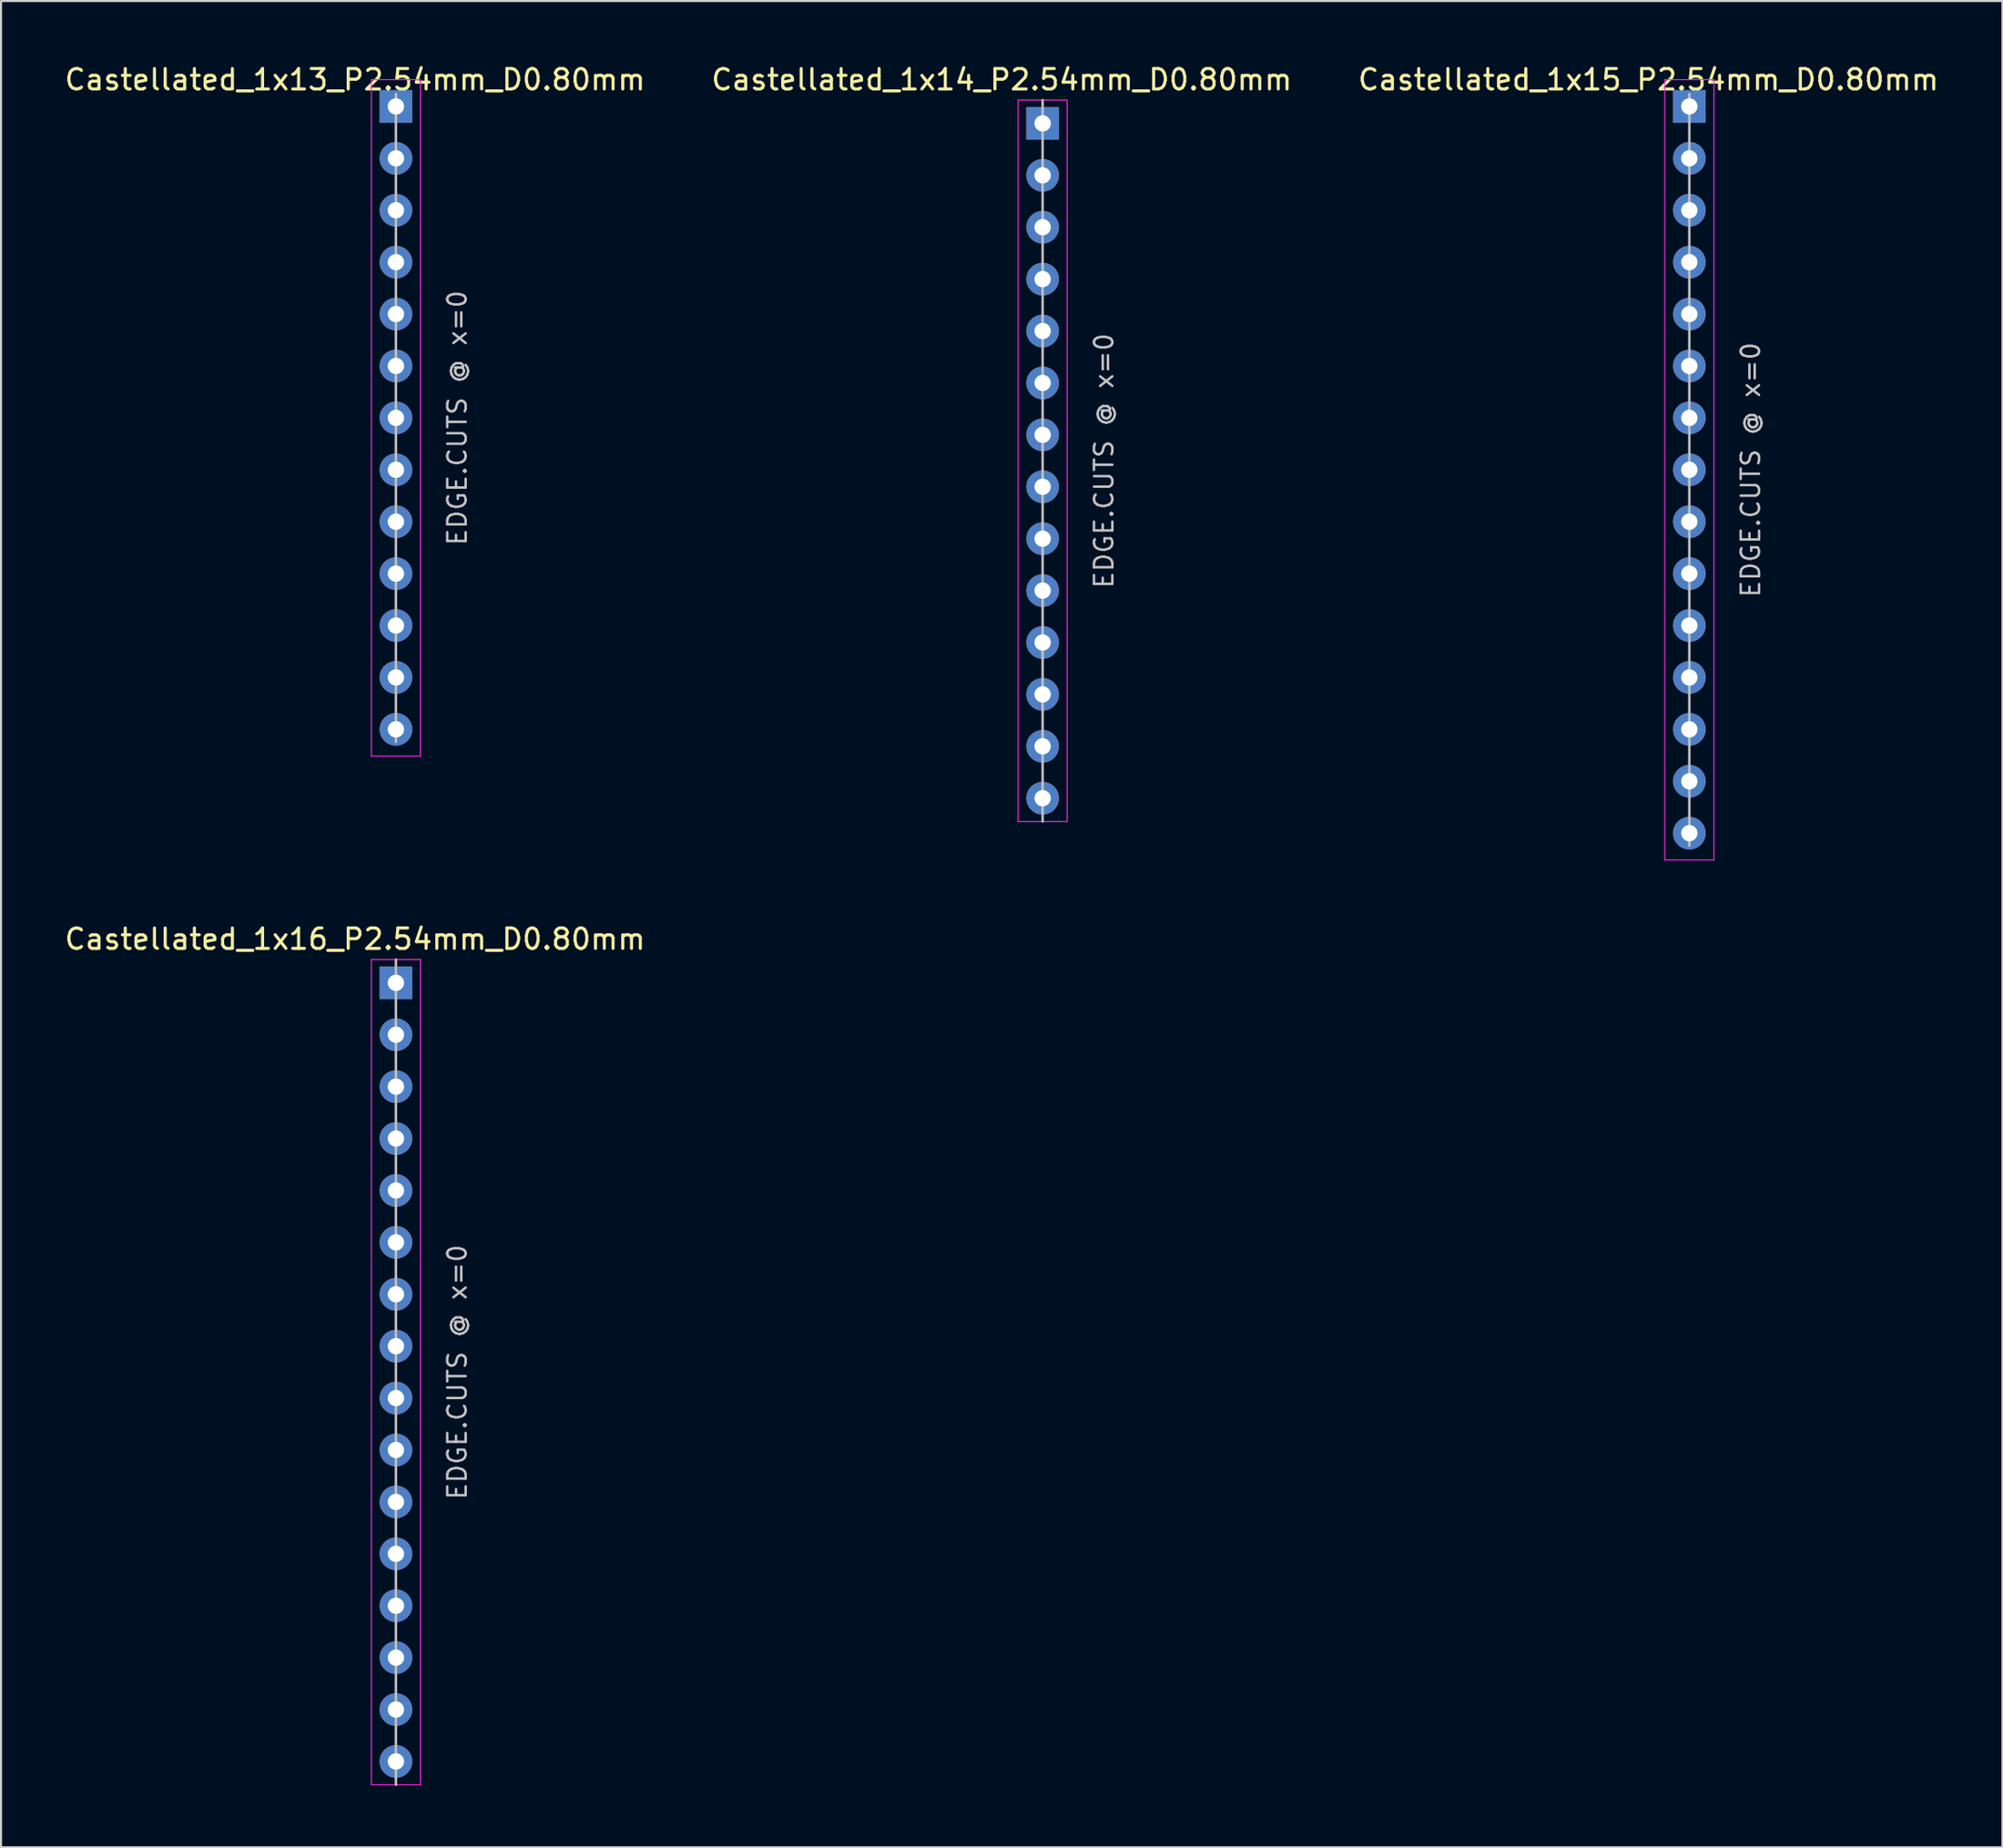
<source format=kicad_pcb>
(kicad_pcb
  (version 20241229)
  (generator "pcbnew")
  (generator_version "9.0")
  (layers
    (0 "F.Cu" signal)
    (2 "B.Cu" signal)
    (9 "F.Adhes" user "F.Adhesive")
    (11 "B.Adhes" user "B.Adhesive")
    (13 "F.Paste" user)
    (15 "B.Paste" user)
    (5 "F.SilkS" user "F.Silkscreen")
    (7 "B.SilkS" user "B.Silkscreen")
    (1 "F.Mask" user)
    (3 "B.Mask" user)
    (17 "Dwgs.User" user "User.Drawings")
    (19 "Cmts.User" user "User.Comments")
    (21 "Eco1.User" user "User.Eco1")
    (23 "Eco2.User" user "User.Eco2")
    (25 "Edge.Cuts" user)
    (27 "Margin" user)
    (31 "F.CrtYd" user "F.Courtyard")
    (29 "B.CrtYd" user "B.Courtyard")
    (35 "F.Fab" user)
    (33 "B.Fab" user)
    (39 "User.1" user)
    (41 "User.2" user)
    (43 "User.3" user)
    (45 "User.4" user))
  (footprint "Castellated_1x13_P2.54mm_D0.80mm"
    (layer "F.Cu")
    (at 16.315 17.398)
    (property "Reference" "Castellated_1x13_P2.54mm_D0.80mm" (at -2 -16.55 0) (layer "F.SilkS") (effects (font (size 1 1) (thickness 0.15))))
    (fp_line (start 0 -15.85) (end 0 15.85) (stroke (width 0.12) (type solid)) (layer "Dwgs.User"))
    (fp_line (start -1.2 -16.55) (end 1.2 -16.55) (stroke (width 0.05) (type solid)) (layer "F.CrtYd"))
    (fp_line (start -1.2 16.55) (end -1.2 -16.55) (stroke (width 0.05) (type solid)) (layer "F.CrtYd"))
    (fp_line (start 1.2 -16.55) (end 1.2 16.55) (stroke (width 0.05) (type solid)) (layer "F.CrtYd"))
    (fp_line (start 1.2 16.55) (end -1.2 16.55) (stroke (width 0.05) (type solid)) (layer "F.CrtYd"))
    (fp_text user "EDGE.CUTS @ x=0" (at 3 0 90) (layer "Dwgs.User") (effects (font (size 0.9 0.9) (thickness 0.12))))
    (pad "1" thru_hole rect (at 0 -15.24) (size 1.6 1.6) (drill 0.8) (layers "*.Cu" "*.Mask"))
    (pad "2" thru_hole circle (at 0 -12.7) (size 1.6 1.6) (drill 0.8) (layers "*.Cu" "*.Mask"))
    (pad "3" thru_hole circle (at 0 -10.16) (size 1.6 1.6) (drill 0.8) (layers "*.Cu" "*.Mask"))
    (pad "4" thru_hole circle (at 0 -7.62) (size 1.6 1.6) (drill 0.8) (layers "*.Cu" "*.Mask"))
    (pad "5" thru_hole circle (at 0 -5.08) (size 1.6 1.6) (drill 0.8) (layers "*.Cu" "*.Mask"))
    (pad "6" thru_hole circle (at 0 -2.54) (size 1.6 1.6) (drill 0.8) (layers "*.Cu" "*.Mask"))
    (pad "7" thru_hole circle (at 0 0) (size 1.6 1.6) (drill 0.8) (layers "*.Cu" "*.Mask"))
    (pad "8" thru_hole circle (at 0 2.54) (size 1.6 1.6) (drill 0.8) (layers "*.Cu" "*.Mask"))
    (pad "9" thru_hole circle (at 0 5.08) (size 1.6 1.6) (drill 0.8) (layers "*.Cu" "*.Mask"))
    (pad "10" thru_hole circle (at 0 7.62) (size 1.6 1.6) (drill 0.8) (layers "*.Cu" "*.Mask"))
    (pad "11" thru_hole circle (at 0 10.16) (size 1.6 1.6) (drill 0.8) (layers "*.Cu" "*.Mask"))
    (pad "12" thru_hole circle (at 0 12.7) (size 1.6 1.6) (drill 0.8) (layers "*.Cu" "*.Mask"))
    (pad "13" thru_hole circle (at 0 15.24) (size 1.6 1.6) (drill 0.8) (layers "*.Cu" "*.Mask")))
  (footprint "Castellated_1x15_P2.54mm_D0.80mm"
    (layer "F.Cu")
    (at 79.577 19.938)
    (property "Reference" "Castellated_1x15_P2.54mm_D0.80mm" (at -2 -19.09 0) (layer "F.SilkS") (effects (font (size 1 1) (thickness 0.15))))
    (fp_line (start 0 -18.39) (end 0 18.39) (stroke (width 0.12) (type solid)) (layer "Dwgs.User"))
    (fp_line (start -1.2 -19.09) (end 1.2 -19.09) (stroke (width 0.05) (type solid)) (layer "F.CrtYd"))
    (fp_line (start -1.2 19.09) (end -1.2 -19.09) (stroke (width 0.05) (type solid)) (layer "F.CrtYd"))
    (fp_line (start 1.2 -19.09) (end 1.2 19.09) (stroke (width 0.05) (type solid)) (layer "F.CrtYd"))
    (fp_line (start 1.2 19.09) (end -1.2 19.09) (stroke (width 0.05) (type solid)) (layer "F.CrtYd"))
    (fp_text user "EDGE.CUTS @ x=0" (at 3 0 90) (layer "Dwgs.User") (effects (font (size 0.9 0.9) (thickness 0.12))))
    (pad "1" thru_hole rect (at 0 -17.78) (size 1.6 1.6) (drill 0.8) (layers "*.Cu" "*.Mask"))
    (pad "2" thru_hole circle (at 0 -15.24) (size 1.6 1.6) (drill 0.8) (layers "*.Cu" "*.Mask"))
    (pad "3" thru_hole circle (at 0 -12.7) (size 1.6 1.6) (drill 0.8) (layers "*.Cu" "*.Mask"))
    (pad "4" thru_hole circle (at 0 -10.16) (size 1.6 1.6) (drill 0.8) (layers "*.Cu" "*.Mask"))
    (pad "5" thru_hole circle (at 0 -7.62) (size 1.6 1.6) (drill 0.8) (layers "*.Cu" "*.Mask"))
    (pad "6" thru_hole circle (at 0 -5.08) (size 1.6 1.6) (drill 0.8) (layers "*.Cu" "*.Mask"))
    (pad "7" thru_hole circle (at 0 -2.54) (size 1.6 1.6) (drill 0.8) (layers "*.Cu" "*.Mask"))
    (pad "8" thru_hole circle (at 0 0) (size 1.6 1.6) (drill 0.8) (layers "*.Cu" "*.Mask"))
    (pad "9" thru_hole circle (at 0 2.54) (size 1.6 1.6) (drill 0.8) (layers "*.Cu" "*.Mask"))
    (pad "10" thru_hole circle (at 0 5.08) (size 1.6 1.6) (drill 0.8) (layers "*.Cu" "*.Mask"))
    (pad "11" thru_hole circle (at 0 7.62) (size 1.6 1.6) (drill 0.8) (layers "*.Cu" "*.Mask"))
    (pad "12" thru_hole circle (at 0 10.16) (size 1.6 1.6) (drill 0.8) (layers "*.Cu" "*.Mask"))
    (pad "13" thru_hole circle (at 0 12.7) (size 1.6 1.6) (drill 0.8) (layers "*.Cu" "*.Mask"))
    (pad "14" thru_hole circle (at 0 15.24) (size 1.6 1.6) (drill 0.8) (layers "*.Cu" "*.Mask"))
    (pad "15" thru_hole circle (at 0 17.78) (size 1.6 1.6) (drill 0.8) (layers "*.Cu" "*.Mask")))
  (footprint "Castellated_1x14_P2.54mm_D0.80mm"
    (layer "F.Cu")
    (at 47.946 19.498)
    (property "Reference" "Castellated_1x14_P2.54mm_D0.80mm" (at -2 -18.65 0) (layer "F.SilkS") (effects (font (size 1 1) (thickness 0.15))))
    (attr through_hole)
    (fp_line (start 0 -17.65) (end 0 17.65) (stroke (width 0.12) (type solid)) (layer "Dwgs.User"))
    (fp_line (start -1.2 -17.65) (end 1.2 -17.65) (stroke (width 0.05) (type solid)) (layer "F.CrtYd"))
    (fp_line (start -1.2 17.65) (end -1.2 -17.65) (stroke (width 0.05) (type solid)) (layer "F.CrtYd"))
    (fp_line (start 1.2 -17.65) (end 1.2 17.65) (stroke (width 0.05) (type solid)) (layer "F.CrtYd"))
    (fp_line (start 1.2 17.65) (end -1.2 17.65) (stroke (width 0.05) (type solid)) (layer "F.CrtYd"))
    (fp_text user "EDGE.CUTS @ x=0" (at 3 0 90) (layer "Dwgs.User") (effects (font (size 0.9 0.9) (thickness 0.12))))
    (pad "1" thru_hole rect (at 0 -16.51) (size 1.6 1.6) (drill 0.8) (layers "*.Cu" "*.Mask"))
    (pad "2" thru_hole circle (at 0 -13.97) (size 1.6 1.6) (drill 0.8) (layers "*.Cu" "*.Mask"))
    (pad "3" thru_hole circle (at 0 -11.43) (size 1.6 1.6) (drill 0.8) (layers "*.Cu" "*.Mask"))
    (pad "4" thru_hole circle (at 0 -8.89) (size 1.6 1.6) (drill 0.8) (layers "*.Cu" "*.Mask"))
    (pad "5" thru_hole circle (at 0 -6.35) (size 1.6 1.6) (drill 0.8) (layers "*.Cu" "*.Mask"))
    (pad "6" thru_hole circle (at 0 -3.81) (size 1.6 1.6) (drill 0.8) (layers "*.Cu" "*.Mask"))
    (pad "7" thru_hole circle (at 0 -1.27) (size 1.6 1.6) (drill 0.8) (layers "*.Cu" "*.Mask"))
    (pad "8" thru_hole circle (at 0 1.27) (size 1.6 1.6) (drill 0.8) (layers "*.Cu" "*.Mask"))
    (pad "9" thru_hole circle (at 0 3.81) (size 1.6 1.6) (drill 0.8) (layers "*.Cu" "*.Mask"))
    (pad "10" thru_hole circle (at 0 6.35) (size 1.6 1.6) (drill 0.8) (layers "*.Cu" "*.Mask"))
    (pad "11" thru_hole circle (at 0 8.89) (size 1.6 1.6) (drill 0.8) (layers "*.Cu" "*.Mask"))
    (pad "12" thru_hole circle (at 0 11.43) (size 1.6 1.6) (drill 0.8) (layers "*.Cu" "*.Mask"))
    (pad "13" thru_hole circle (at 0 13.97) (size 1.6 1.6) (drill 0.8) (layers "*.Cu" "*.Mask"))
    (pad "14" thru_hole circle (at 0 16.51) (size 1.6 1.6) (drill 0.8) (layers "*.Cu" "*.Mask")))
  (footprint "Castellated_1x16_P2.54mm_D0.80mm"
    (layer "F.Cu")
    (at 16.315 64.091)
    (property "Reference" "Castellated_1x16_P2.54mm_D0.80mm" (at -2 -21.19 0) (layer "F.SilkS") (effects (font (size 1 1) (thickness 0.15))))
    (attr through_hole)
    (fp_line (start 0 -20.19) (end 0 20.19) (stroke (width 0.12) (type solid)) (layer "Dwgs.User"))
    (fp_line (start -1.2 -20.19) (end 1.2 -20.19) (stroke (width 0.05) (type solid)) (layer "F.CrtYd"))
    (fp_line (start -1.2 20.19) (end -1.2 -20.19) (stroke (width 0.05) (type solid)) (layer "F.CrtYd"))
    (fp_line (start 1.2 -20.19) (end 1.2 20.19) (stroke (width 0.05) (type solid)) (layer "F.CrtYd"))
    (fp_line (start 1.2 20.19) (end -1.2 20.19) (stroke (width 0.05) (type solid)) (layer "F.CrtYd"))
    (fp_text user "EDGE.CUTS @ x=0" (at 3 0 90) (layer "Dwgs.User") (effects (font (size 0.9 0.9) (thickness 0.12))))
    (pad "1" thru_hole rect (at 0 -19.05) (size 1.6 1.6) (drill 0.8) (layers "*.Cu" "*.Mask"))
    (pad "2" thru_hole circle (at 0 -16.51) (size 1.6 1.6) (drill 0.8) (layers "*.Cu" "*.Mask"))
    (pad "3" thru_hole circle (at 0 -13.97) (size 1.6 1.6) (drill 0.8) (layers "*.Cu" "*.Mask"))
    (pad "4" thru_hole circle (at 0 -11.43) (size 1.6 1.6) (drill 0.8) (layers "*.Cu" "*.Mask"))
    (pad "5" thru_hole circle (at 0 -8.89) (size 1.6 1.6) (drill 0.8) (layers "*.Cu" "*.Mask"))
    (pad "6" thru_hole circle (at 0 -6.35) (size 1.6 1.6) (drill 0.8) (layers "*.Cu" "*.Mask"))
    (pad "7" thru_hole circle (at 0 -3.81) (size 1.6 1.6) (drill 0.8) (layers "*.Cu" "*.Mask"))
    (pad "8" thru_hole circle (at 0 -1.27) (size 1.6 1.6) (drill 0.8) (layers "*.Cu" "*.Mask"))
    (pad "9" thru_hole circle (at 0 1.27) (size 1.6 1.6) (drill 0.8) (layers "*.Cu" "*.Mask"))
    (pad "10" thru_hole circle (at 0 3.81) (size 1.6 1.6) (drill 0.8) (layers "*.Cu" "*.Mask"))
    (pad "11" thru_hole circle (at 0 6.35) (size 1.6 1.6) (drill 0.8) (layers "*.Cu" "*.Mask"))
    (pad "12" thru_hole circle (at 0 8.89) (size 1.6 1.6) (drill 0.8) (layers "*.Cu" "*.Mask"))
    (pad "13" thru_hole circle (at 0 11.43) (size 1.6 1.6) (drill 0.8) (layers "*.Cu" "*.Mask"))
    (pad "14" thru_hole circle (at 0 13.97) (size 1.6 1.6) (drill 0.8) (layers "*.Cu" "*.Mask"))
    (pad "15" thru_hole circle (at 0 16.51) (size 1.6 1.6) (drill 0.8) (layers "*.Cu" "*.Mask"))
    (pad "16" thru_hole circle (at 0 19.05) (size 1.6 1.6) (drill 0.8) (layers "*.Cu" "*.Mask")))
  (gr_rect
    (start -3 -3)
    (end 94.893 87.341)
    (stroke (width 0.1) (type default))
    (fill no)
    (layer "Edge.Cuts")))
</source>
